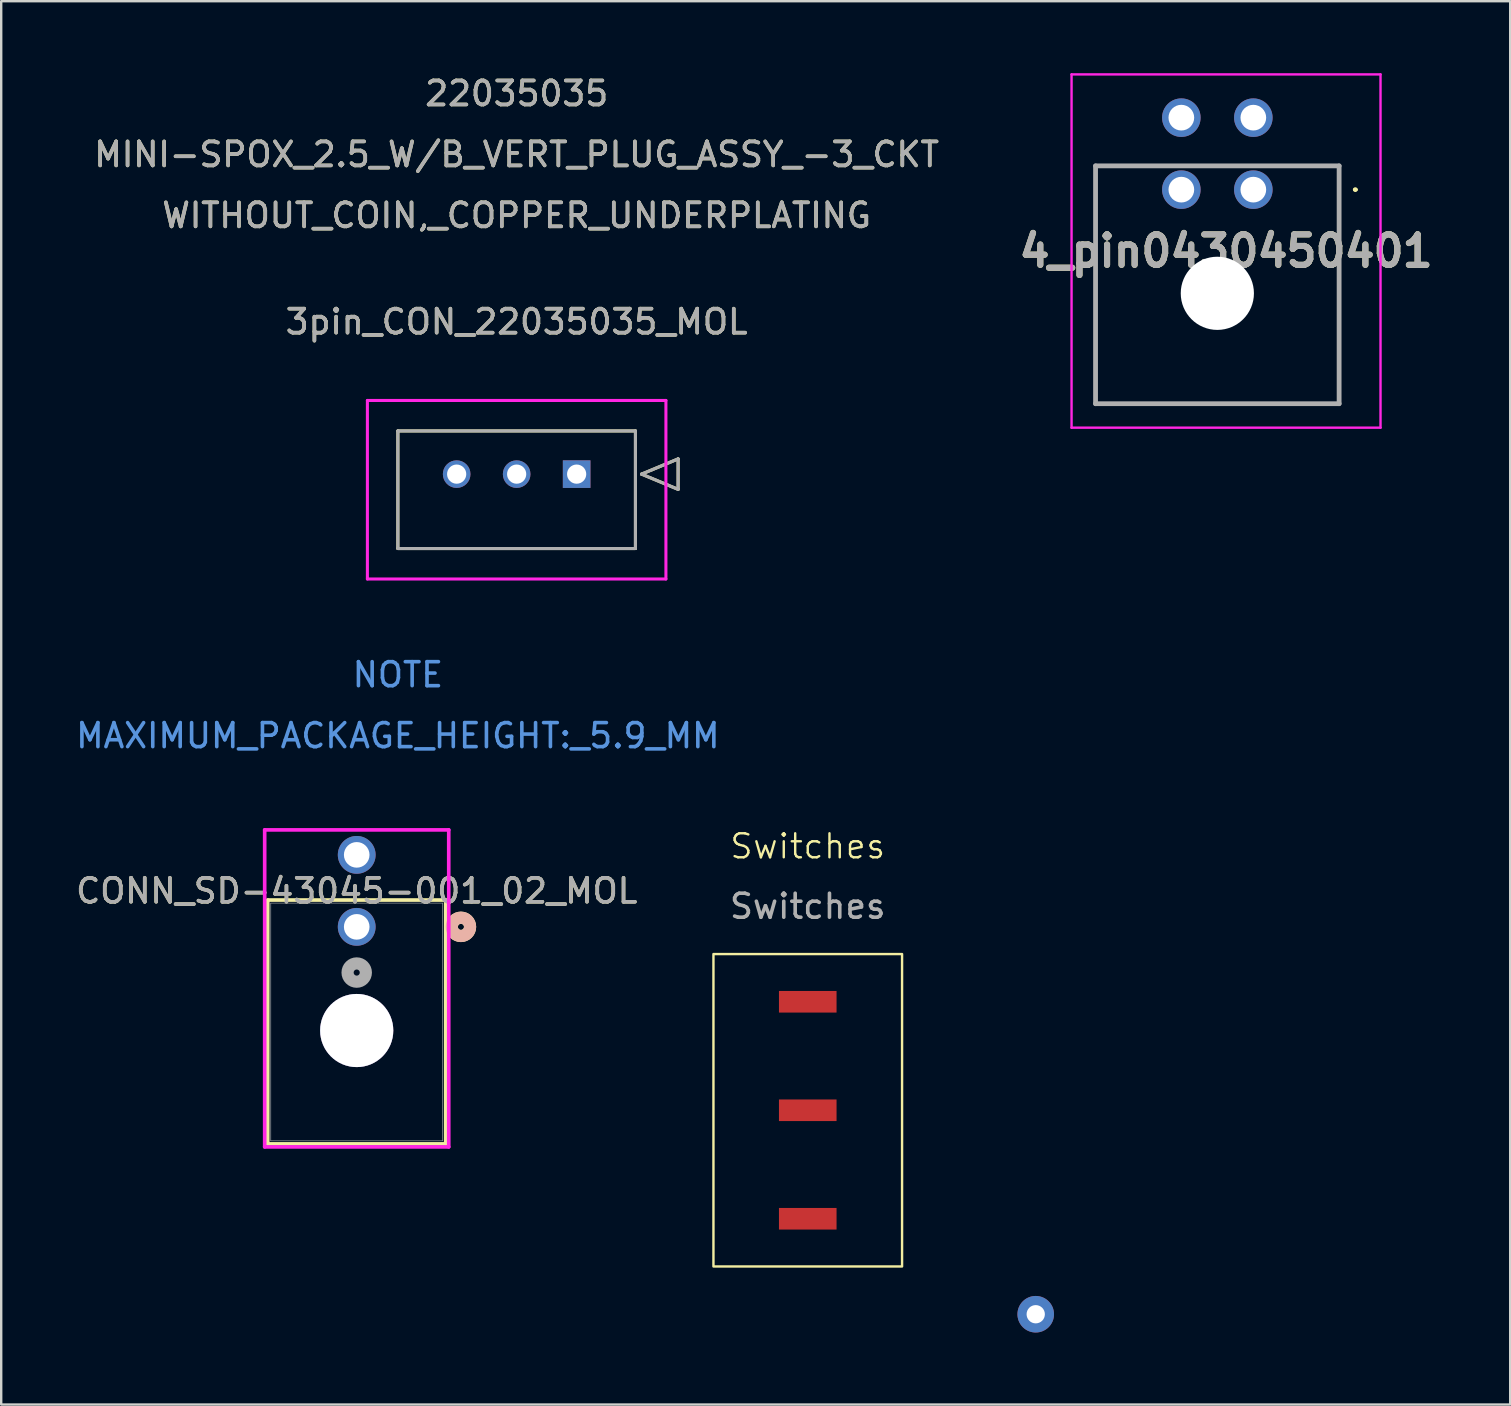
<source format=kicad_pcb>
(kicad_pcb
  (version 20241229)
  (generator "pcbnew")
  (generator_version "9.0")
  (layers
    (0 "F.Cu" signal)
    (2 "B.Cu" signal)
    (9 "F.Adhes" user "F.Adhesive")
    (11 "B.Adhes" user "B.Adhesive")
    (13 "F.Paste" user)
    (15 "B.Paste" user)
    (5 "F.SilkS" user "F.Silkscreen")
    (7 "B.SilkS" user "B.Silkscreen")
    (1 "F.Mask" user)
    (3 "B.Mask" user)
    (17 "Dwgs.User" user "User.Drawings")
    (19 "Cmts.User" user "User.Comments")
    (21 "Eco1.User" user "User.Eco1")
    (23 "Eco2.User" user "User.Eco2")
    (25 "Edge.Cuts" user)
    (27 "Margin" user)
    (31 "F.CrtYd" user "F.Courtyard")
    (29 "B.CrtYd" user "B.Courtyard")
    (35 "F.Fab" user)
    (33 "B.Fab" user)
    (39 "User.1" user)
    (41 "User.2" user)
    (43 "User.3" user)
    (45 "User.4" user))
  (footprint "4_pin0430450401"
    (layer "F.Cu")
    (at 49.179 4.853)
    (property "Reference" "4_pin0430450401" (at -1.137 2.559 0) (layer "F.SilkS") (effects (font (size 1.27 1.27) (thickness 0.254))))
    (attr through_hole)
    (fp_line (start -6.575 -0.99) (end 3.575 -0.99) (stroke (width 0.1) (type solid)) (layer "F.SilkS"))
    (fp_line (start -6.575 8.92) (end -6.575 -0.99) (stroke (width 0.1) (type solid)) (layer "F.SilkS"))
    (fp_line (start 3.575 -0.99) (end 3.575 8.92) (stroke (width 0.1) (type solid)) (layer "F.SilkS"))
    (fp_line (start 3.575 8.92) (end -6.575 8.92) (stroke (width 0.1) (type solid)) (layer "F.SilkS"))
    (fp_line (start 4.2 0) (end 4.2 0) (stroke (width 0.1) (type solid)) (layer "F.SilkS"))
    (fp_line (start 4.3 0) (end 4.3 0) (stroke (width 0.1) (type solid)) (layer "F.SilkS"))
    (fp_arc (start 4.2 0) (mid 4.25 -0.05) (end 4.3 0) (stroke (width 0.1) (type solid)) (layer "F.SilkS"))
    (fp_arc (start 4.3 0) (mid 4.25 0.05) (end 4.2 0) (stroke (width 0.1) (type solid)) (layer "F.SilkS"))
    (fp_line (start -7.575 -4.803) (end 5.3 -4.803) (stroke (width 0.1) (type solid)) (layer "F.CrtYd"))
    (fp_line (start -7.575 9.92) (end -7.575 -4.803) (stroke (width 0.1) (type solid)) (layer "F.CrtYd"))
    (fp_line (start 5.3 -4.803) (end 5.3 9.92) (stroke (width 0.1) (type solid)) (layer "F.CrtYd"))
    (fp_line (start 5.3 9.92) (end -7.575 9.92) (stroke (width 0.1) (type solid)) (layer "F.CrtYd"))
    (fp_line (start -6.575 -0.99) (end 3.575 -0.99) (stroke (width 0.2) (type solid)) (layer "F.Fab"))
    (fp_line (start -6.575 8.92) (end -6.575 -0.99) (stroke (width 0.2) (type solid)) (layer "F.Fab"))
    (fp_line (start 3.575 -0.99) (end 3.575 8.92) (stroke (width 0.2) (type solid)) (layer "F.Fab"))
    (fp_line (start 3.575 8.92) (end -6.575 8.92) (stroke (width 0.2) (type solid)) (layer "F.Fab"))
    (fp_text user "${REFERENCE}" (at -1.137 2.559 0) (layer "F.Fab") (effects (font (size 1.27 1.27) (thickness 0.254))))
    (pad "" np_thru_hole circle (at -1.5 4.32) (size 3.05 3.05) (drill 3.05) (layers "*.Cu" "*.Mask"))
    (pad "1" thru_hole circle (at 0 0) (size 1.605 1.605) (drill 1.07) (layers "*.Cu" "*.Mask"))
    (pad "2" thru_hole circle (at -3 0) (size 1.605 1.605) (drill 1.07) (layers "*.Cu" "*.Mask"))
    (pad "3" thru_hole circle (at 0 -3) (size 1.605 1.605) (drill 1.07) (layers "*.Cu" "*.Mask"))
    (pad "4" thru_hole circle (at -3 -3) (size 1.605 1.605) (drill 1.07) (layers "*.Cu" "*.Mask")))
  (footprint "Switches"
    (layer "F.Cu")
    (at 30.611 43.217)
    (property "Reference" "Switches" (at 0 -11 0) (unlocked yes) (layer "F.SilkS") (effects (font (size 1 1) (thickness 0.1))))
    (attr through_hole)
    (fp_rect (start -3.93 -6.51) (end 3.93 6.51) (stroke (width 0.1) (type default)) (fill no) (layer "F.SilkS"))
    (fp_text user "${REFERENCE}" (at 0 -8.5 0) (unlocked yes) (layer "F.Fab") (effects (font (size 1 1) (thickness 0.15))))
    (pad "" smd rect (at 0 -4.521) (size 2.4 0.9) (layers "F.Cu" "F.Mask" "F.Paste"))
    (pad "" smd rect (at 0 0) (size 2.4 0.9) (layers "F.Cu" "F.Mask" "F.Paste"))
    (pad "" smd rect (at 0 4.521) (size 2.4 0.9) (layers "F.Cu" "F.Mask" "F.Paste"))
    (pad "1" thru_hole circle (at 9.5 8.5) (size 1.524 1.524) (drill 0.762) (layers "*.Cu" "*.Mask")))
  (footprint "3pin_CON_22035035_MOL"
    (layer "F.Cu")
    (at 20.98 16.708)
    (property "Reference" "3pin_CON_22035035_MOL" (at -2.5 -6.35 0) (unlocked yes) (layer "F.SilkS") (effects (font (size 1 1) (thickness 0.15))))
    (attr through_hole)
    (fp_line (start -7.45 -1.8) (end -7.45 3.1) (stroke (width 0.127) (type solid)) (layer "F.SilkS"))
    (fp_line (start -7.45 3.1) (end 2.45 3.1) (stroke (width 0.127) (type solid)) (layer "F.SilkS"))
    (fp_line (start 2.45 -1.8) (end -7.45 -1.8) (stroke (width 0.127) (type solid)) (layer "F.SilkS"))
    (fp_line (start 2.45 3.1) (end 2.45 -1.8) (stroke (width 0.127) (type solid)) (layer "F.SilkS"))
    (fp_line (start 2.704 0) (end 4.228 -0.635) (stroke (width 0.127) (type solid)) (layer "F.SilkS"))
    (fp_line (start 4.228 -0.635) (end 4.228 0.635) (stroke (width 0.127) (type solid)) (layer "F.SilkS"))
    (fp_line (start 4.228 0.635) (end 2.704 0) (stroke (width 0.127) (type solid)) (layer "F.SilkS"))
    (fp_line (start -8.72 -3.07) (end -8.72 4.37) (stroke (width 0.127) (type solid)) (layer "F.CrtYd"))
    (fp_line (start -8.72 4.37) (end 3.72 4.37) (stroke (width 0.127) (type solid)) (layer "F.CrtYd"))
    (fp_line (start 3.72 -3.07) (end -8.72 -3.07) (stroke (width 0.127) (type solid)) (layer "F.CrtYd"))
    (fp_line (start 3.72 4.37) (end 3.72 -3.07) (stroke (width 0.127) (type solid)) (layer "F.CrtYd"))
    (fp_line (start -7.45 -1.8) (end -7.45 3.1) (stroke (width 0.127) (type solid)) (layer "F.Fab"))
    (fp_line (start -7.45 3.1) (end 2.45 3.1) (stroke (width 0.127) (type solid)) (layer "F.Fab"))
    (fp_line (start 2.45 -1.8) (end -7.45 -1.8) (stroke (width 0.127) (type solid)) (layer "F.Fab"))
    (fp_line (start 2.45 3.1) (end 2.45 -1.8) (stroke (width 0.127) (type solid)) (layer "F.Fab"))
    (fp_line (start 2.704 0) (end 4.228 -0.635) (stroke (width 0.127) (type solid)) (layer "F.Fab"))
    (fp_line (start 4.228 -0.635) (end 4.228 0.635) (stroke (width 0.127) (type solid)) (layer "F.Fab"))
    (fp_line (start 4.228 0.635) (end 2.704 0) (stroke (width 0.127) (type solid)) (layer "F.Fab"))
    (fp_text user "WITHOUT_COIN,_COPPER_UNDERPLATING" (at -2.5 -10.78 0) (unlocked yes) (layer "F.SilkS") (effects (font (size 1 1) (thickness 0.15))))
    (fp_text user "MINI-SPOX_2.5_W/B_VERT_PLUG_ASSY_-3_CKT" (at -2.5 -13.32 0) (unlocked yes) (layer "F.SilkS") (effects (font (size 1 1) (thickness 0.15))))
    (fp_text user "22035035" (at -2.5 -15.86 0) (unlocked yes) (layer "F.SilkS") (effects (font (size 1 1) (thickness 0.15))))
    (fp_text user "NOTE" (at -7.45 8.36 0) (unlocked yes) (layer "Cmts.User") (effects (font (size 1 1) (thickness 0.15))))
    (fp_text user "MAXIMUM_PACKAGE_HEIGHT:_5.9_MM" (at -7.45 10.9 0) (unlocked yes) (layer "Cmts.User") (effects (font (size 1 1) (thickness 0.15))))
    (fp_text user "${REFERENCE}" (at -2.5 -6.35 0) (unlocked yes) (layer "F.Fab") (effects (font (size 1 1) (thickness 0.15))))
    (fp_text user "WITHOUT_COIN,_COPPER_UNDERPLATING" (at -2.5 -10.78 0) (unlocked yes) (layer "F.Fab") (effects (font (size 1 1) (thickness 0.15))))
    (fp_text user "22035035" (at -2.5 -15.86 0) (unlocked yes) (layer "F.Fab") (effects (font (size 1 1) (thickness 0.15))))
    (fp_text user "MINI-SPOX_2.5_W/B_VERT_PLUG_ASSY_-3_CKT" (at -2.5 -13.32 0) (unlocked yes) (layer "F.Fab") (effects (font (size 1 1) (thickness 0.15))))
    (pad "1" thru_hole rect (at 0 0) (size 1.15 1.15) (drill 0.8) (layers "*.Cu" "*.Mask"))
    (pad "2" thru_hole circle (at -2.5 0) (size 1.15 1.15) (drill 0.8) (layers "*.Cu" "*.Mask"))
    (pad "3" thru_hole circle (at -5 0) (size 1.15 1.15) (drill 0.8) (layers "*.Cu" "*.Mask")))
  (footprint "CONN_SD-43045-001_02_MOL"
    (layer "F.Cu")
    (at 11.815 35.574)
    (property "Reference" "CONN_SD-43045-001_02_MOL" (at 0 -1.5 0) (unlocked yes) (layer "F.SilkS") (effects (font (size 1 1) (thickness 0.15))))
    (attr through_hole)
    (fp_line (start -3.708 -1.117) (end -3.708 9.043) (stroke (width 0.152) (type solid)) (layer "F.SilkS"))
    (fp_line (start -3.708 9.043) (end 3.708 9.043) (stroke (width 0.152) (type solid)) (layer "F.SilkS"))
    (fp_line (start 3.708 -1.117) (end -3.708 -1.117) (stroke (width 0.152) (type solid)) (layer "F.SilkS"))
    (fp_line (start 3.708 9.043) (end 3.708 -1.117) (stroke (width 0.152) (type solid)) (layer "F.SilkS"))
    (fp_circle (center 4.343 0) (end 4.724 0) (stroke (width 0.508) (type solid)) (fill no) (layer "F.SilkS"))
    (fp_circle (center 4.343 0) (end 4.724 0) (stroke (width 0.508) (type solid)) (fill no) (layer "B.SilkS"))
    (fp_line (start -3.835 -4.041) (end -3.835 9.17) (stroke (width 0.152) (type solid)) (layer "F.CrtYd"))
    (fp_line (start -3.835 9.17) (end 3.835 9.17) (stroke (width 0.152) (type solid)) (layer "F.CrtYd"))
    (fp_line (start 3.835 -4.041) (end -3.835 -4.041) (stroke (width 0.152) (type solid)) (layer "F.CrtYd"))
    (fp_line (start 3.835 9.17) (end 3.835 -4.041) (stroke (width 0.152) (type solid)) (layer "F.CrtYd"))
    (fp_line (start -3.581 -0.99) (end -3.581 8.916) (stroke (width 0.025) (type solid)) (layer "F.Fab"))
    (fp_line (start -3.581 8.916) (end 3.581 8.916) (stroke (width 0.025) (type solid)) (layer "F.Fab"))
    (fp_line (start 3.581 -0.99) (end -3.581 -0.99) (stroke (width 0.025) (type solid)) (layer "F.Fab"))
    (fp_line (start 3.581 8.916) (end 3.581 -0.99) (stroke (width 0.025) (type solid)) (layer "F.Fab"))
    (fp_circle (center 0 1.905) (end 0.381 1.905) (stroke (width 0.508) (type solid)) (fill no) (layer "F.Fab"))
    (fp_text user "${REFERENCE}" (at 0 -1.5 0) (unlocked yes) (layer "F.Fab") (effects (font (size 1 1) (thickness 0.15))))
    (pad "1" thru_hole circle (at 0 0) (size 1.575 1.575) (drill 1.067) (layers "*.Cu" "*.Mask"))
    (pad "2" thru_hole circle (at 0 -3) (size 1.575 1.575) (drill 1.067) (layers "*.Cu" "*.Mask"))
    (pad "3" thru_hole circle (at 0 4.32) (size 3.048 3.048) (drill 3.048) (layers "*.Cu" "*.Mask")))
  (gr_rect
    (start -3 -3)
    (end 59.883 55.479)
    (stroke (width 0.1) (type default))
    (fill no)
    (layer "Edge.Cuts")))
</source>
